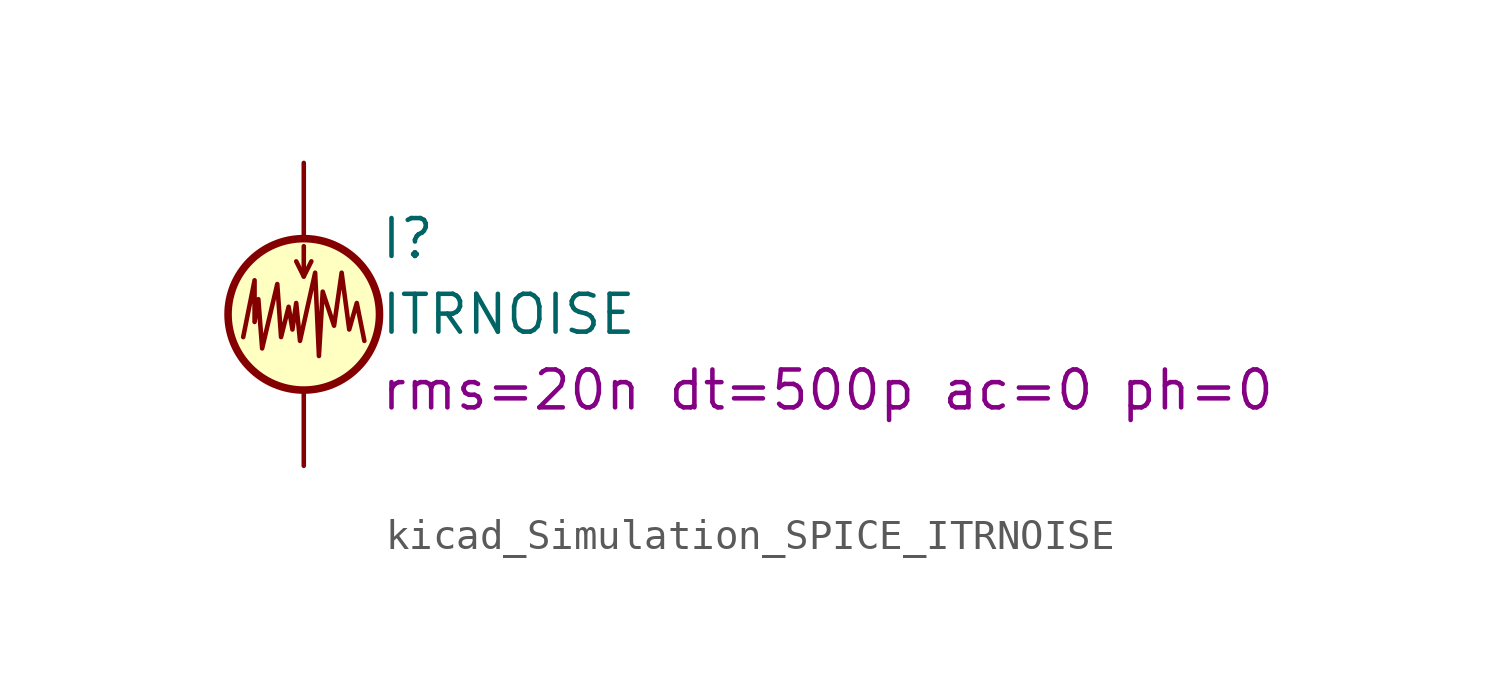
<source format=kicad_sym>
(kicad_symbol_lib
  (version 20220914)
  (generator kicad_symbol_editor)
  (symbol "kicad_Simulation_SPICE_ITRNOISE"
    (pin_numbers hide)
    (pin_names
      (offset 0.025))
    (property "Reference" "I"
      (at 2.54 2.54 0)
      (effects (font (size 1.27 1.27)) (justify left)))
    (property "Value" "ITRNOISE"
      (at 2.54 0 0)
      (effects (font (size 1.27 1.27)) (justify left)))
    (property "Sim.Params" "rms=20n dt=500p ac=0 ph=0"
      (at 2.54 -2.54 0)
      (effects (font (size 1.27 1.27)) (justify left)))
    (symbol "kicad_Simulation_SPICE_ITRNOISE_0_1"
      (polyline (pts (xy 0 1.27) (xy 0 2.286)) (stroke (width 0) (type default)) (fill (type none)))
      (polyline (pts (xy -0.254 1.778) (xy 0 1.27) (xy 0.254 1.778)) (stroke (width 0) (type default)) (fill (type none)))
      (polyline (pts (xy -2.032 -0.762) (xy -1.651 1.143) (xy -1.651 -0.254) (xy -1.524 0.508) (xy -1.397 -1.143) (xy -0.889 1.016) (xy -0.762 -0.762) (xy -0.508 0.254) (xy -0.381 -0.508) (xy -0.254 0.381) (xy -0.127 -0.889) (xy 0.381 1.397) (xy 0.508 -1.397) (xy 0.635 0.762) (xy 1.016 -0.381) (xy 1.27 1.397) (xy 1.524 -0.508) (xy 1.778 0.381) (xy 2.032 -0.889)) (stroke (width 0) (type default)) (fill (type none)))
      (circle (center 0 0) (radius 2.54) (stroke (width 0.254) (type default)) (fill (type background))))
    (symbol "kicad_Simulation_SPICE_ITRNOISE_1_1"
      (pin passive line (at 0 5.08 270) (length 2.54) (name "~" (effects (font (size 1.27 1.27)))) (number "1" (effects (font (size 1.27 1.27)))))
      (pin passive line (at 0 -5.08 90) (length 2.54) (name "~" (effects (font (size 1.27 1.27)))) (number "2" (effects (font (size 1.27 1.27))))))))
</source>
